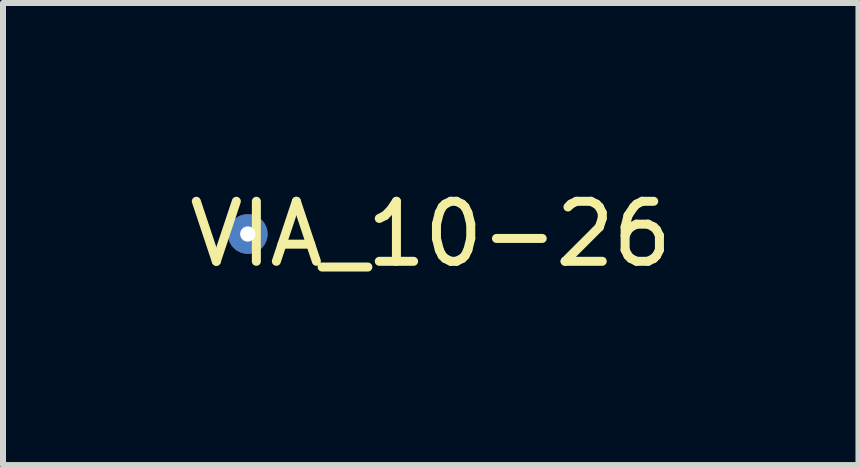
<source format=kicad_pcb>
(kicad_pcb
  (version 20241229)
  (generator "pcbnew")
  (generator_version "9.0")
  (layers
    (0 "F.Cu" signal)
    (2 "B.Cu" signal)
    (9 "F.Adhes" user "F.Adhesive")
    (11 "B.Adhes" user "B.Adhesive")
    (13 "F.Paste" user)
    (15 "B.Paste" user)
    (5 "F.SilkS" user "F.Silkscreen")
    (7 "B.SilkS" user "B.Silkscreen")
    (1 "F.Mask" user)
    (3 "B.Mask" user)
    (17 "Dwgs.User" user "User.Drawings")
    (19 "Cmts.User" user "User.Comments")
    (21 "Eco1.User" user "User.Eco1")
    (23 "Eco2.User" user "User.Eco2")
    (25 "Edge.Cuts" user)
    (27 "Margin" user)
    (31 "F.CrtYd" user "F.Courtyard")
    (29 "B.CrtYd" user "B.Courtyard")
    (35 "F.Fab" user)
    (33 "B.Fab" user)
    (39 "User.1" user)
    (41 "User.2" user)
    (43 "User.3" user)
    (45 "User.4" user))
  (footprint "VIA_10-26"
    (layer "F.Cu")
    (at 1.077 0.848)
    (property "Reference" "VIA_10-26" (at 3.048 0 0) (layer "F.SilkS") (effects (font (size 1 1) (thickness 0.15))))
    (attr through_hole)
    (pad "1" thru_hole circle (at 0 0) (size 0.66 0.66) (drill 0.254) (layers "*.Cu")))
  (gr_rect
    (start -3 -3)
    (end 11.25 4.697)
    (stroke (width 0.1) (type default))
    (fill no)
    (layer "Edge.Cuts")))
</source>
